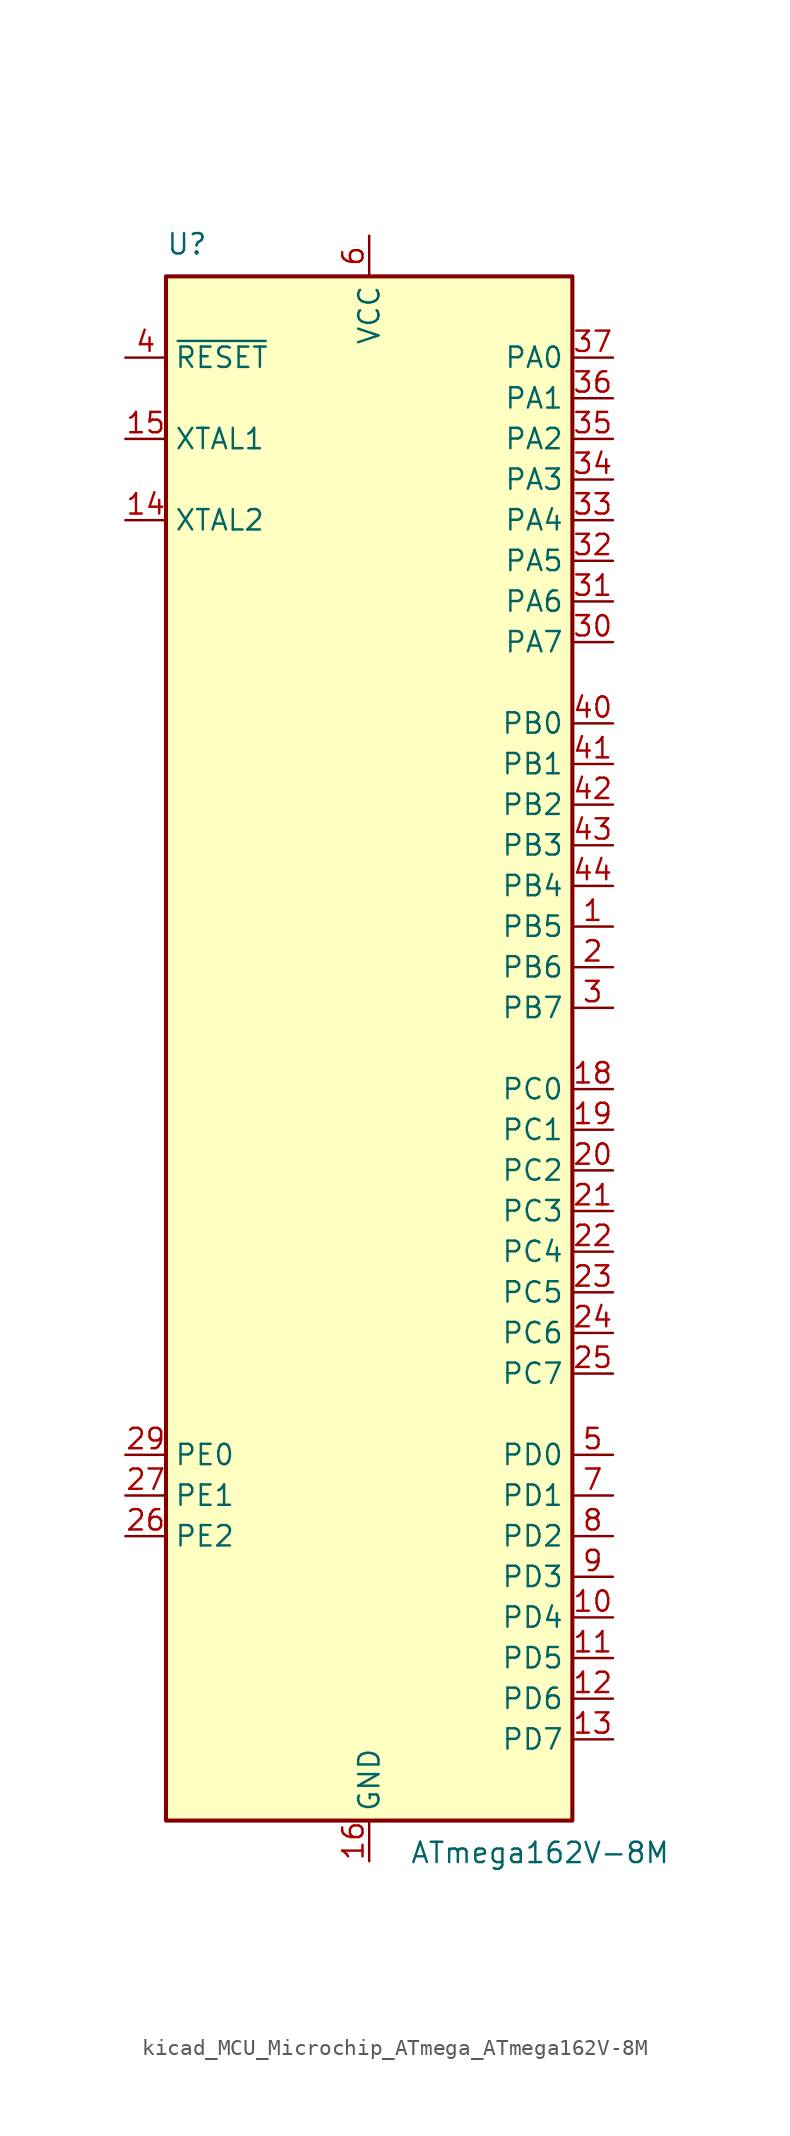
<source format=kicad_sym>
(kicad_symbol_lib
  (version 20220914)
  (generator kicad_symbol_editor)
  (symbol "kicad_MCU_Microchip_ATmega_ATmega162V-8M"
    (property "Reference" "U"
      (at -12.7 49.53 0)
      (effects (font (size 1.27 1.27)) (justify left bottom)))
    (property "Value" "ATmega162V-8M"
      (at 2.54 -49.53 0)
      (effects (font (size 1.27 1.27)) (justify left top)))
    (symbol "kicad_MCU_Microchip_ATmega_ATmega162V-8M_0_1"
      (rectangle (start -12.7 -48.26) (end 12.7 48.26) (stroke (width 0.254) (type default)) (fill (type background))))
    (symbol "kicad_MCU_Microchip_ATmega_ATmega162V-8M_1_1"
      (pin bidirectional line (at 15.24 7.62 180) (length 2.54) (name "PB5" (effects (font (size 1.27 1.27)))) (number "1" (effects (font (size 1.27 1.27)))))
      (pin bidirectional line (at 15.24 -35.56 180) (length 2.54) (name "PD4" (effects (font (size 1.27 1.27)))) (number "10" (effects (font (size 1.27 1.27)))))
      (pin bidirectional line (at 15.24 -38.1 180) (length 2.54) (name "PD5" (effects (font (size 1.27 1.27)))) (number "11" (effects (font (size 1.27 1.27)))))
      (pin bidirectional line (at 15.24 -40.64 180) (length 2.54) (name "PD6" (effects (font (size 1.27 1.27)))) (number "12" (effects (font (size 1.27 1.27)))))
      (pin bidirectional line (at 15.24 -43.18 180) (length 2.54) (name "PD7" (effects (font (size 1.27 1.27)))) (number "13" (effects (font (size 1.27 1.27)))))
      (pin output line (at -15.24 33.02 0) (length 2.54) (name "XTAL2" (effects (font (size 1.27 1.27)))) (number "14" (effects (font (size 1.27 1.27)))))
      (pin input line (at -15.24 38.1 0) (length 2.54) (name "XTAL1" (effects (font (size 1.27 1.27)))) (number "15" (effects (font (size 1.27 1.27)))))
      (pin power_in line (at 0 -50.8 90) (length 2.54) (name "GND" (effects (font (size 1.27 1.27)))) (number "16" (effects (font (size 1.27 1.27)))))
      (pin passive line (at 0 50.8 270) (length 2.54) hide (name "VCC" (effects (font (size 1.27 1.27)))) (number "17" (effects (font (size 1.27 1.27)))))
      (pin bidirectional line (at 15.24 -2.54 180) (length 2.54) (name "PC0" (effects (font (size 1.27 1.27)))) (number "18" (effects (font (size 1.27 1.27)))))
      (pin bidirectional line (at 15.24 -5.08 180) (length 2.54) (name "PC1" (effects (font (size 1.27 1.27)))) (number "19" (effects (font (size 1.27 1.27)))))
      (pin bidirectional line (at 15.24 5.08 180) (length 2.54) (name "PB6" (effects (font (size 1.27 1.27)))) (number "2" (effects (font (size 1.27 1.27)))))
      (pin bidirectional line (at 15.24 -7.62 180) (length 2.54) (name "PC2" (effects (font (size 1.27 1.27)))) (number "20" (effects (font (size 1.27 1.27)))))
      (pin bidirectional line (at 15.24 -10.16 180) (length 2.54) (name "PC3" (effects (font (size 1.27 1.27)))) (number "21" (effects (font (size 1.27 1.27)))))
      (pin bidirectional line (at 15.24 -12.7 180) (length 2.54) (name "PC4" (effects (font (size 1.27 1.27)))) (number "22" (effects (font (size 1.27 1.27)))))
      (pin bidirectional line (at 15.24 -15.24 180) (length 2.54) (name "PC5" (effects (font (size 1.27 1.27)))) (number "23" (effects (font (size 1.27 1.27)))))
      (pin bidirectional line (at 15.24 -17.78 180) (length 2.54) (name "PC6" (effects (font (size 1.27 1.27)))) (number "24" (effects (font (size 1.27 1.27)))))
      (pin bidirectional line (at 15.24 -20.32 180) (length 2.54) (name "PC7" (effects (font (size 1.27 1.27)))) (number "25" (effects (font (size 1.27 1.27)))))
      (pin bidirectional line (at -15.24 -30.48 0) (length 2.54) (name "PE2" (effects (font (size 1.27 1.27)))) (number "26" (effects (font (size 1.27 1.27)))))
      (pin bidirectional line (at -15.24 -27.94 0) (length 2.54) (name "PE1" (effects (font (size 1.27 1.27)))) (number "27" (effects (font (size 1.27 1.27)))))
      (pin passive line (at 0 -50.8 90) (length 2.54) hide (name "GND" (effects (font (size 1.27 1.27)))) (number "28" (effects (font (size 1.27 1.27)))))
      (pin bidirectional line (at -15.24 -25.4 0) (length 2.54) (name "PE0" (effects (font (size 1.27 1.27)))) (number "29" (effects (font (size 1.27 1.27)))))
      (pin bidirectional line (at 15.24 2.54 180) (length 2.54) (name "PB7" (effects (font (size 1.27 1.27)))) (number "3" (effects (font (size 1.27 1.27)))))
      (pin bidirectional line (at 15.24 25.4 180) (length 2.54) (name "PA7" (effects (font (size 1.27 1.27)))) (number "30" (effects (font (size 1.27 1.27)))))
      (pin bidirectional line (at 15.24 27.94 180) (length 2.54) (name "PA6" (effects (font (size 1.27 1.27)))) (number "31" (effects (font (size 1.27 1.27)))))
      (pin bidirectional line (at 15.24 30.48 180) (length 2.54) (name "PA5" (effects (font (size 1.27 1.27)))) (number "32" (effects (font (size 1.27 1.27)))))
      (pin bidirectional line (at 15.24 33.02 180) (length 2.54) (name "PA4" (effects (font (size 1.27 1.27)))) (number "33" (effects (font (size 1.27 1.27)))))
      (pin bidirectional line (at 15.24 35.56 180) (length 2.54) (name "PA3" (effects (font (size 1.27 1.27)))) (number "34" (effects (font (size 1.27 1.27)))))
      (pin bidirectional line (at 15.24 38.1 180) (length 2.54) (name "PA2" (effects (font (size 1.27 1.27)))) (number "35" (effects (font (size 1.27 1.27)))))
      (pin bidirectional line (at 15.24 40.64 180) (length 2.54) (name "PA1" (effects (font (size 1.27 1.27)))) (number "36" (effects (font (size 1.27 1.27)))))
      (pin bidirectional line (at 15.24 43.18 180) (length 2.54) (name "PA0" (effects (font (size 1.27 1.27)))) (number "37" (effects (font (size 1.27 1.27)))))
      (pin passive line (at 0 50.8 270) (length 2.54) hide (name "VCC" (effects (font (size 1.27 1.27)))) (number "38" (effects (font (size 1.27 1.27)))))
      (pin passive line (at 0 -50.8 90) (length 2.54) hide (name "GND" (effects (font (size 1.27 1.27)))) (number "39" (effects (font (size 1.27 1.27)))))
      (pin input line (at -15.24 43.18 0) (length 2.54) (name "~{RESET}" (effects (font (size 1.27 1.27)))) (number "4" (effects (font (size 1.27 1.27)))))
      (pin bidirectional line (at 15.24 20.32 180) (length 2.54) (name "PB0" (effects (font (size 1.27 1.27)))) (number "40" (effects (font (size 1.27 1.27)))))
      (pin bidirectional line (at 15.24 17.78 180) (length 2.54) (name "PB1" (effects (font (size 1.27 1.27)))) (number "41" (effects (font (size 1.27 1.27)))))
      (pin bidirectional line (at 15.24 15.24 180) (length 2.54) (name "PB2" (effects (font (size 1.27 1.27)))) (number "42" (effects (font (size 1.27 1.27)))))
      (pin bidirectional line (at 15.24 12.7 180) (length 2.54) (name "PB3" (effects (font (size 1.27 1.27)))) (number "43" (effects (font (size 1.27 1.27)))))
      (pin bidirectional line (at 15.24 10.16 180) (length 2.54) (name "PB4" (effects (font (size 1.27 1.27)))) (number "44" (effects (font (size 1.27 1.27)))))
      (pin passive line (at 0 -50.8 90) (length 2.54) hide (name "GND" (effects (font (size 1.27 1.27)))) (number "45" (effects (font (size 1.27 1.27)))))
      (pin bidirectional line (at 15.24 -25.4 180) (length 2.54) (name "PD0" (effects (font (size 1.27 1.27)))) (number "5" (effects (font (size 1.27 1.27)))))
      (pin power_in line (at 0 50.8 270) (length 2.54) (name "VCC" (effects (font (size 1.27 1.27)))) (number "6" (effects (font (size 1.27 1.27)))))
      (pin bidirectional line (at 15.24 -27.94 180) (length 2.54) (name "PD1" (effects (font (size 1.27 1.27)))) (number "7" (effects (font (size 1.27 1.27)))))
      (pin bidirectional line (at 15.24 -30.48 180) (length 2.54) (name "PD2" (effects (font (size 1.27 1.27)))) (number "8" (effects (font (size 1.27 1.27)))))
      (pin bidirectional line (at 15.24 -33.02 180) (length 2.54) (name "PD3" (effects (font (size 1.27 1.27)))) (number "9" (effects (font (size 1.27 1.27))))))))
</source>
